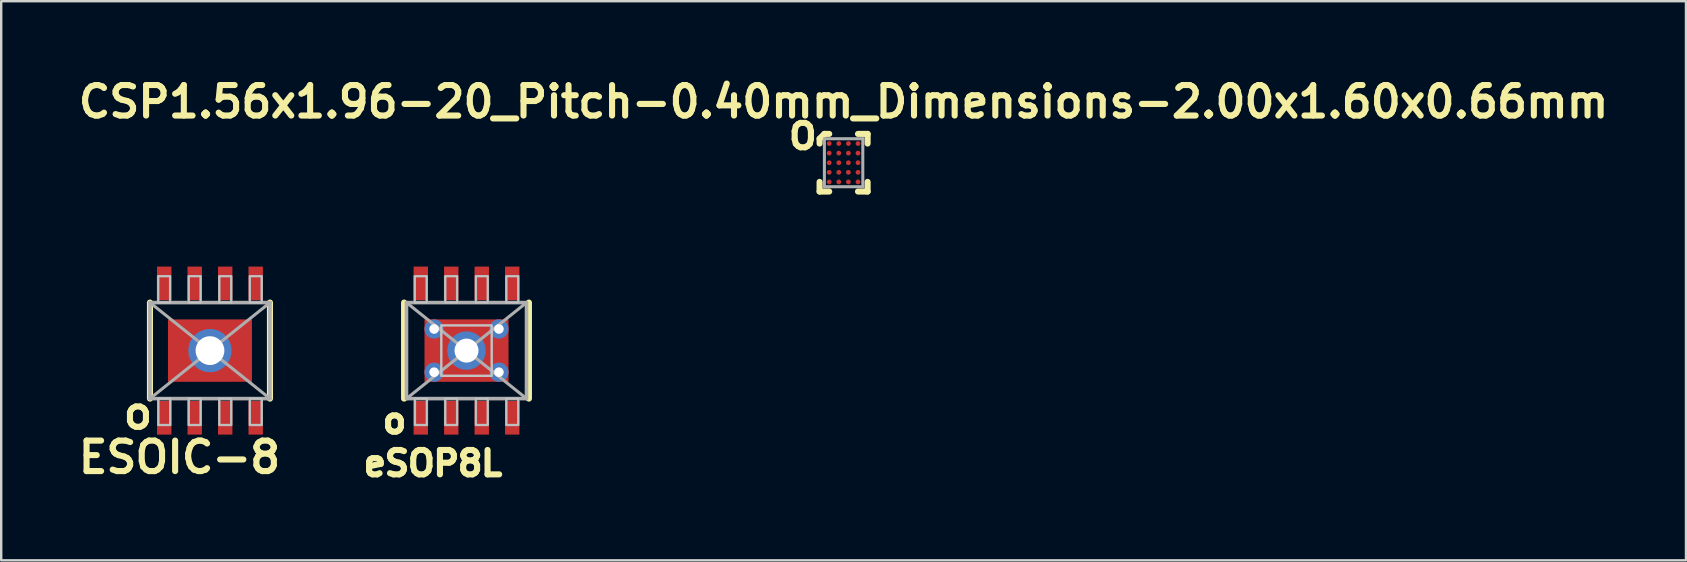
<source format=kicad_pcb>
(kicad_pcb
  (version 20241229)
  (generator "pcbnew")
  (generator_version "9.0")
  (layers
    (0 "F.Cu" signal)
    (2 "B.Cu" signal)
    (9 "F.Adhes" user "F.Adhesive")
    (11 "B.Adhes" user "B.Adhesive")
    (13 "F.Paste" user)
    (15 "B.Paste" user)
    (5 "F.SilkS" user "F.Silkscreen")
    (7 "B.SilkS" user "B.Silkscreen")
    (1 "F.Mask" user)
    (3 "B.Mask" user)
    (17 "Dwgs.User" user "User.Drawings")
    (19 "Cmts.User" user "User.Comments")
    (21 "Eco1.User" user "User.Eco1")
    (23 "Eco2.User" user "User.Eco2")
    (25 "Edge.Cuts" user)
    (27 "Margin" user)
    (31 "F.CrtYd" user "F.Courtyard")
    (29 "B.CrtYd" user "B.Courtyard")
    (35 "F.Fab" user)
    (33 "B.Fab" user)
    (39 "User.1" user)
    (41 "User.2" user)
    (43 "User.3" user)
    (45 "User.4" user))
  (footprint "eSOP8L"
    (layer "F.Cu")
    (at 16.385 11.556)
    (property "Reference" "eSOP8L" (at -1.397 4.699 0) (layer "F.SilkS") (effects (font (size 1.016 1.016) (thickness 0.254))))
    (attr smd)
    (fp_line (start -2.6 -2) (end -2.6 2) (stroke (width 0.254) (type solid)) (layer "F.SilkS"))
    (fp_line (start 2.6 -2) (end 2.6 2) (stroke (width 0.254) (type solid)) (layer "F.SilkS"))
    (fp_line (start -2.149 -3.099) (end -1.659 -3.099) (stroke (width 0.066) (type solid)) (layer "Dwgs.User"))
    (fp_line (start -2.149 -1.999) (end -2.149 -3.099) (stroke (width 0.066) (type solid)) (layer "Dwgs.User"))
    (fp_line (start -2.149 -1.999) (end -1.659 -1.999) (stroke (width 0.066) (type solid)) (layer "Dwgs.User"))
    (fp_line (start -2.149 1.999) (end -1.659 1.999) (stroke (width 0.066) (type solid)) (layer "Dwgs.User"))
    (fp_line (start -2.149 3.099) (end -2.149 1.999) (stroke (width 0.066) (type solid)) (layer "Dwgs.User"))
    (fp_line (start -2.149 3.099) (end -1.659 3.099) (stroke (width 0.066) (type solid)) (layer "Dwgs.User"))
    (fp_line (start -1.659 -1.999) (end -1.659 -3.099) (stroke (width 0.066) (type solid)) (layer "Dwgs.User"))
    (fp_line (start -1.659 3.099) (end -1.659 1.999) (stroke (width 0.066) (type solid)) (layer "Dwgs.User"))
    (fp_line (start -0.879 -3.099) (end -0.389 -3.099) (stroke (width 0.066) (type solid)) (layer "Dwgs.User"))
    (fp_line (start -0.879 -1.999) (end -0.879 -3.099) (stroke (width 0.066) (type solid)) (layer "Dwgs.User"))
    (fp_line (start -0.879 -1.999) (end -0.389 -1.999) (stroke (width 0.066) (type solid)) (layer "Dwgs.User"))
    (fp_line (start -0.879 1.999) (end -0.389 1.999) (stroke (width 0.066) (type solid)) (layer "Dwgs.User"))
    (fp_line (start -0.879 3.099) (end -0.879 1.999) (stroke (width 0.066) (type solid)) (layer "Dwgs.User"))
    (fp_line (start -0.879 3.099) (end -0.389 3.099) (stroke (width 0.066) (type solid)) (layer "Dwgs.User"))
    (fp_line (start -0.389 -1.999) (end -0.389 -3.099) (stroke (width 0.066) (type solid)) (layer "Dwgs.User"))
    (fp_line (start -0.389 3.099) (end -0.389 1.999) (stroke (width 0.066) (type solid)) (layer "Dwgs.User"))
    (fp_line (start 0.389 -3.099) (end 0.879 -3.099) (stroke (width 0.066) (type solid)) (layer "Dwgs.User"))
    (fp_line (start 0.389 -1.999) (end 0.389 -3.099) (stroke (width 0.066) (type solid)) (layer "Dwgs.User"))
    (fp_line (start 0.389 -1.999) (end 0.879 -1.999) (stroke (width 0.066) (type solid)) (layer "Dwgs.User"))
    (fp_line (start 0.389 1.999) (end 0.879 1.999) (stroke (width 0.066) (type solid)) (layer "Dwgs.User"))
    (fp_line (start 0.389 3.099) (end 0.389 1.999) (stroke (width 0.066) (type solid)) (layer "Dwgs.User"))
    (fp_line (start 0.389 3.099) (end 0.879 3.099) (stroke (width 0.066) (type solid)) (layer "Dwgs.User"))
    (fp_line (start 0.879 -1.999) (end 0.879 -3.099) (stroke (width 0.066) (type solid)) (layer "Dwgs.User"))
    (fp_line (start 0.879 3.099) (end 0.879 1.999) (stroke (width 0.066) (type solid)) (layer "Dwgs.User"))
    (fp_line (start 1.659 -3.099) (end 2.149 -3.099) (stroke (width 0.066) (type solid)) (layer "Dwgs.User"))
    (fp_line (start 1.659 -1.999) (end 1.659 -3.099) (stroke (width 0.066) (type solid)) (layer "Dwgs.User"))
    (fp_line (start 1.659 -1.999) (end 2.149 -1.999) (stroke (width 0.066) (type solid)) (layer "Dwgs.User"))
    (fp_line (start 1.659 1.999) (end 2.149 1.999) (stroke (width 0.066) (type solid)) (layer "Dwgs.User"))
    (fp_line (start 1.659 3.099) (end 1.659 1.999) (stroke (width 0.066) (type solid)) (layer "Dwgs.User"))
    (fp_line (start 1.659 3.099) (end 2.149 3.099) (stroke (width 0.066) (type solid)) (layer "Dwgs.User"))
    (fp_line (start 2.149 -1.999) (end 2.149 -3.099) (stroke (width 0.066) (type solid)) (layer "Dwgs.User"))
    (fp_line (start 2.149 3.099) (end 2.149 1.999) (stroke (width 0.066) (type solid)) (layer "Dwgs.User"))
    (fp_rect (start -1.05 1.05) (end 1.05 -1.05) (stroke (width 0.1) (type default)) (fill no) (layer "Dwgs.User"))
    (fp_line (start -2.5 -2) (end 2.5 -2) (stroke (width 0.15) (type solid)) (layer "F.Fab"))
    (fp_line (start -2.5 -2) (end 2.5 2) (stroke (width 0.127) (type solid)) (layer "F.Fab"))
    (fp_line (start -2.5 2) (end -2.5 -2) (stroke (width 0.15) (type solid)) (layer "F.Fab"))
    (fp_line (start -2.5 2) (end 2.5 -2) (stroke (width 0.127) (type solid)) (layer "F.Fab"))
    (fp_line (start 2.5 -2) (end 2.5 2) (stroke (width 0.15) (type solid)) (layer "F.Fab"))
    (fp_line (start 2.5 2) (end -2.5 2) (stroke (width 0.15) (type solid)) (layer "F.Fab"))
    (fp_poly (pts (xy -1.66 -2) (xy -2.16 -2) (xy -2.16 -3.1) (xy -1.66 -3.1)) (stroke (width 0.1) (type solid)) (fill no) (layer "F.Fab"))
    (fp_poly (pts (xy -1.65 3.1) (xy -2.15 3.1) (xy -2.15 2) (xy -1.65 2)) (stroke (width 0.1) (type solid)) (fill no) (layer "F.Fab"))
    (fp_poly (pts (xy -0.39 -2) (xy -0.89 -2) (xy -0.89 -3.1) (xy -0.39 -3.1)) (stroke (width 0.1) (type solid)) (fill no) (layer "F.Fab"))
    (fp_poly (pts (xy -0.39 3.1) (xy -0.89 3.1) (xy -0.89 2) (xy -0.39 2)) (stroke (width 0.1) (type solid)) (fill no) (layer "F.Fab"))
    (fp_poly (pts (xy 0.89 -2) (xy 0.39 -2) (xy 0.39 -3.1) (xy 0.89 -3.1)) (stroke (width 0.1) (type solid)) (fill no) (layer "F.Fab"))
    (fp_poly (pts (xy 0.89 3.1) (xy 0.39 3.1) (xy 0.39 2) (xy 0.89 2)) (stroke (width 0.1) (type solid)) (fill no) (layer "F.Fab"))
    (fp_poly (pts (xy 2.16 -2) (xy 1.66 -2) (xy 1.66 -3.1) (xy 2.16 -3.1)) (stroke (width 0.1) (type solid)) (fill no) (layer "F.Fab"))
    (fp_poly (pts (xy 2.16 3.1) (xy 1.66 3.1) (xy 1.66 2) (xy 2.16 2)) (stroke (width 0.1) (type solid)) (fill no) (layer "F.Fab"))
    (fp_text user "o" (at -3 2.921 0) (layer "F.SilkS") (effects (font (size 1.016 1.016) (thickness 0.254))))
    (pad "" smd rect (at -1.275 0 180) (size 0.95 1.4) (layers "F.Paste"))
    (pad "" smd rect (at 0 -0.9 90) (size 0.8 1) (layers "F.Paste"))
    (pad "" smd rect (at 0 0.9 90) (size 0.8 1) (layers "F.Paste"))
    (pad "" smd rect (at 1.275 0 180) (size 0.95 1.4) (layers "F.Paste"))
    (pad "1" smd rect (at -1.905 2.8) (size 0.6 1.4) (layers "F.Cu" "F.Mask" "F.Paste"))
    (pad "2" smd rect (at -0.635 2.8) (size 0.6 1.4) (layers "F.Cu" "F.Mask" "F.Paste"))
    (pad "3" smd rect (at 0.635 2.8) (size 0.6 1.4) (layers "F.Cu" "F.Mask" "F.Paste"))
    (pad "4" smd rect (at 1.905 2.8) (size 0.6 1.4) (layers "F.Cu" "F.Mask" "F.Paste"))
    (pad "5" smd rect (at 1.905 -2.8) (size 0.6 1.4) (layers "F.Cu" "F.Mask" "F.Paste"))
    (pad "6" smd rect (at 0.635 -2.8) (size 0.6 1.4) (layers "F.Cu" "F.Mask" "F.Paste"))
    (pad "7" smd rect (at -0.635 -2.8) (size 0.6 1.4) (layers "F.Cu" "F.Mask" "F.Paste"))
    (pad "8" smd rect (at -1.905 -2.8) (size 0.6 1.4) (layers "F.Cu" "F.Mask" "F.Paste"))
    (pad "9" thru_hole circle (at -1.35 -0.9) (size 0.8 0.8) (drill 0.4) (layers "*.Cu" "*.Mask"))
    (pad "9" thru_hole circle (at -1.35 0.9) (size 0.8 0.8) (drill 0.4) (layers "*.Cu" "*.Mask"))
    (pad "9" thru_hole circle (at 0 0) (size 1.6 1.6) (drill 1) (layers "*.Cu" "*.Mask"))
    (pad "9" smd rect (at 0 0 90) (size 2.6 3.5) (layers "F.Cu" "F.Mask"))
    (pad "9" thru_hole circle (at 1.35 -0.9) (size 0.8 0.8) (drill 0.4) (layers "*.Cu" "*.Mask"))
    (pad "9" thru_hole circle (at 1.35 0.9) (size 0.8 0.8) (drill 0.4) (layers "*.Cu" "*.Mask")))
  (footprint "CSP1.56x1.96-20_Pitch-0.40mm_Dimensions-2.00x1.60x0.66mm"
    (layer "F.Cu")
    (at 32.095 3.729)
    (property "Reference" "CSP1.56x1.96-20_Pitch-0.40mm_Dimensions-2.00x1.60x0.66mm" (at 0 -2.54 0) (layer "F.SilkS") (effects (font (size 1.27 1.27) (thickness 0.254))))
    (attr smd)
    (fp_line (start -1 -0.8) (end -1 -1) (stroke (width 0.254) (type solid)) (layer "F.SilkS"))
    (fp_line (start -1 0.8) (end -1 1.2) (stroke (width 0.254) (type solid)) (layer "F.SilkS"))
    (fp_line (start -1 1.2) (end -0.6 1.2) (stroke (width 0.254) (type solid)) (layer "F.SilkS"))
    (fp_line (start -0.8 -1.2) (end -1 -1) (stroke (width 0.254) (type solid)) (layer "F.SilkS"))
    (fp_line (start -0.8 -1.2) (end -0.6 -1.2) (stroke (width 0.254) (type solid)) (layer "F.SilkS"))
    (fp_line (start 0.6 -1.2) (end 1 -1.2) (stroke (width 0.254) (type solid)) (layer "F.SilkS"))
    (fp_line (start 0.6 1.2) (end 1 1.2) (stroke (width 0.254) (type solid)) (layer "F.SilkS"))
    (fp_line (start 1 -1.2) (end 1 -0.8) (stroke (width 0.254) (type solid)) (layer "F.SilkS"))
    (fp_line (start 1 1.2) (end 1 0.8) (stroke (width 0.254) (type solid)) (layer "F.SilkS"))
    (fp_line (start -0.8 -1) (end 0.8 -1) (stroke (width 0.127) (type solid)) (layer "F.Fab"))
    (fp_line (start -0.8 1) (end -0.8 -1) (stroke (width 0.127) (type solid)) (layer "F.Fab"))
    (fp_line (start 0.8 -1) (end 0.8 1) (stroke (width 0.127) (type solid)) (layer "F.Fab"))
    (fp_line (start 0.8 1) (end -0.8 1) (stroke (width 0.127) (type solid)) (layer "F.Fab"))
    (fp_text user "O" (at -1.7 -1.1 0) (layer "F.SilkS") (effects (font (size 1.016 1.016) (thickness 0.254))))
    (pad "A1" smd circle (at -0.6 -0.8) (size 0.2 0.2) (layers "F.Cu" "F.Mask" "F.Paste"))
    (pad "A2" smd circle (at -0.2 -0.8) (size 0.2 0.2) (layers "F.Cu" "F.Mask" "F.Paste"))
    (pad "A3" smd circle (at 0.2 -0.8) (size 0.2 0.2) (layers "F.Cu" "F.Mask" "F.Paste"))
    (pad "A4" smd circle (at 0.6 -0.8) (size 0.2 0.2) (layers "F.Cu" "F.Mask" "F.Paste"))
    (pad "B1" smd circle (at -0.6 -0.4) (size 0.2 0.2) (layers "F.Cu" "F.Mask" "F.Paste"))
    (pad "B2" smd circle (at -0.2 -0.4) (size 0.2 0.2) (layers "F.Cu" "F.Mask" "F.Paste"))
    (pad "B3" smd circle (at 0.2 -0.4) (size 0.2 0.2) (layers "F.Cu" "F.Mask" "F.Paste"))
    (pad "B4" smd circle (at 0.6 -0.4) (size 0.2 0.2) (layers "F.Cu" "F.Mask" "F.Paste"))
    (pad "C1" smd circle (at -0.6 0) (size 0.2 0.2) (layers "F.Cu" "F.Mask" "F.Paste"))
    (pad "C2" smd circle (at -0.2 0) (size 0.2 0.2) (layers "F.Cu" "F.Mask" "F.Paste"))
    (pad "C3" smd circle (at 0.2 0) (size 0.2 0.2) (layers "F.Cu" "F.Mask" "F.Paste"))
    (pad "C4" smd circle (at 0.6 0) (size 0.2 0.2) (layers "F.Cu" "F.Mask" "F.Paste"))
    (pad "D1" smd circle (at -0.6 0.4) (size 0.2 0.2) (layers "F.Cu" "F.Mask" "F.Paste"))
    (pad "D2" smd circle (at -0.2 0.4) (size 0.2 0.2) (layers "F.Cu" "F.Mask" "F.Paste"))
    (pad "D3" smd circle (at 0.2 0.4) (size 0.2 0.2) (layers "F.Cu" "F.Mask" "F.Paste"))
    (pad "D4" smd circle (at 0.6 0.4) (size 0.2 0.2) (layers "F.Cu" "F.Mask" "F.Paste"))
    (pad "E1" smd circle (at -0.6 0.8) (size 0.2 0.2) (layers "F.Cu" "F.Mask" "F.Paste"))
    (pad "E2" smd circle (at -0.2 0.8) (size 0.2 0.2) (layers "F.Cu" "F.Mask" "F.Paste"))
    (pad "E3" smd circle (at 0.2 0.8) (size 0.2 0.2) (layers "F.Cu" "F.Mask" "F.Paste"))
    (pad "E4" smd circle (at 0.6 0.8) (size 0.2 0.2) (layers "F.Cu" "F.Mask" "F.Paste")))
  (footprint "ESOIC-8"
    (layer "F.Cu")
    (at 5.697 11.556)
    (property "Reference" "ESOIC-8" (at -1.27 4.445 0) (layer "F.SilkS") (effects (font (size 1.27 1.27) (thickness 0.254))))
    (attr smd)
    (fp_line (start -2.5 -2) (end -2.5 2) (stroke (width 0.254) (type solid)) (layer "F.SilkS"))
    (fp_line (start 2.5 -2) (end 2.5 2) (stroke (width 0.254) (type solid)) (layer "F.SilkS"))
    (fp_line (start -2.149 -3.099) (end -1.659 -3.099) (stroke (width 0.066) (type solid)) (layer "Dwgs.User"))
    (fp_line (start -2.149 -1.999) (end -2.149 -3.099) (stroke (width 0.066) (type solid)) (layer "Dwgs.User"))
    (fp_line (start -2.149 -1.999) (end -1.659 -1.999) (stroke (width 0.066) (type solid)) (layer "Dwgs.User"))
    (fp_line (start -2.149 1.999) (end -1.659 1.999) (stroke (width 0.066) (type solid)) (layer "Dwgs.User"))
    (fp_line (start -2.149 3.099) (end -2.149 1.999) (stroke (width 0.066) (type solid)) (layer "Dwgs.User"))
    (fp_line (start -2.149 3.099) (end -1.659 3.099) (stroke (width 0.066) (type solid)) (layer "Dwgs.User"))
    (fp_line (start -1.659 -1.999) (end -1.659 -3.099) (stroke (width 0.066) (type solid)) (layer "Dwgs.User"))
    (fp_line (start -1.659 3.099) (end -1.659 1.999) (stroke (width 0.066) (type solid)) (layer "Dwgs.User"))
    (fp_line (start -0.879 -3.099) (end -0.389 -3.099) (stroke (width 0.066) (type solid)) (layer "Dwgs.User"))
    (fp_line (start -0.879 -1.999) (end -0.879 -3.099) (stroke (width 0.066) (type solid)) (layer "Dwgs.User"))
    (fp_line (start -0.879 -1.999) (end -0.389 -1.999) (stroke (width 0.066) (type solid)) (layer "Dwgs.User"))
    (fp_line (start -0.879 1.999) (end -0.389 1.999) (stroke (width 0.066) (type solid)) (layer "Dwgs.User"))
    (fp_line (start -0.879 3.099) (end -0.879 1.999) (stroke (width 0.066) (type solid)) (layer "Dwgs.User"))
    (fp_line (start -0.879 3.099) (end -0.389 3.099) (stroke (width 0.066) (type solid)) (layer "Dwgs.User"))
    (fp_line (start -0.389 -1.999) (end -0.389 -3.099) (stroke (width 0.066) (type solid)) (layer "Dwgs.User"))
    (fp_line (start -0.389 3.099) (end -0.389 1.999) (stroke (width 0.066) (type solid)) (layer "Dwgs.User"))
    (fp_line (start 0.389 -3.099) (end 0.879 -3.099) (stroke (width 0.066) (type solid)) (layer "Dwgs.User"))
    (fp_line (start 0.389 -1.999) (end 0.389 -3.099) (stroke (width 0.066) (type solid)) (layer "Dwgs.User"))
    (fp_line (start 0.389 -1.999) (end 0.879 -1.999) (stroke (width 0.066) (type solid)) (layer "Dwgs.User"))
    (fp_line (start 0.389 1.999) (end 0.879 1.999) (stroke (width 0.066) (type solid)) (layer "Dwgs.User"))
    (fp_line (start 0.389 3.099) (end 0.389 1.999) (stroke (width 0.066) (type solid)) (layer "Dwgs.User"))
    (fp_line (start 0.389 3.099) (end 0.879 3.099) (stroke (width 0.066) (type solid)) (layer "Dwgs.User"))
    (fp_line (start 0.879 -1.999) (end 0.879 -3.099) (stroke (width 0.066) (type solid)) (layer "Dwgs.User"))
    (fp_line (start 0.879 3.099) (end 0.879 1.999) (stroke (width 0.066) (type solid)) (layer "Dwgs.User"))
    (fp_line (start 1.659 -3.099) (end 2.149 -3.099) (stroke (width 0.066) (type solid)) (layer "Dwgs.User"))
    (fp_line (start 1.659 -1.999) (end 1.659 -3.099) (stroke (width 0.066) (type solid)) (layer "Dwgs.User"))
    (fp_line (start 1.659 -1.999) (end 2.149 -1.999) (stroke (width 0.066) (type solid)) (layer "Dwgs.User"))
    (fp_line (start 1.659 1.999) (end 2.149 1.999) (stroke (width 0.066) (type solid)) (layer "Dwgs.User"))
    (fp_line (start 1.659 3.099) (end 1.659 1.999) (stroke (width 0.066) (type solid)) (layer "Dwgs.User"))
    (fp_line (start 1.659 3.099) (end 2.149 3.099) (stroke (width 0.066) (type solid)) (layer "Dwgs.User"))
    (fp_line (start 2.149 -1.999) (end 2.149 -3.099) (stroke (width 0.066) (type solid)) (layer "Dwgs.User"))
    (fp_line (start 2.149 3.099) (end 2.149 1.999) (stroke (width 0.066) (type solid)) (layer "Dwgs.User"))
    (fp_line (start -2.5 -2) (end 2.5 -2) (stroke (width 0.15) (type solid)) (layer "F.Fab"))
    (fp_line (start -2.5 -2) (end 2.5 2) (stroke (width 0.127) (type solid)) (layer "F.Fab"))
    (fp_line (start -2.5 2) (end -2.5 -2) (stroke (width 0.15) (type solid)) (layer "F.Fab"))
    (fp_line (start -2.5 2) (end 2.5 -2) (stroke (width 0.127) (type solid)) (layer "F.Fab"))
    (fp_line (start 2.5 -2) (end 2.5 2) (stroke (width 0.15) (type solid)) (layer "F.Fab"))
    (fp_line (start 2.5 2) (end -2.5 2) (stroke (width 0.15) (type solid)) (layer "F.Fab"))
    (fp_poly (pts (xy -1.66 -2) (xy -2.16 -2) (xy -2.16 -3.1) (xy -1.66 -3.1)) (stroke (width 0.1) (type solid)) (fill no) (layer "F.Fab"))
    (fp_poly (pts (xy -1.65 3.1) (xy -2.15 3.1) (xy -2.15 2) (xy -1.65 2)) (stroke (width 0.1) (type solid)) (fill no) (layer "F.Fab"))
    (fp_poly (pts (xy -0.39 -2) (xy -0.89 -2) (xy -0.89 -3.1) (xy -0.39 -3.1)) (stroke (width 0.1) (type solid)) (fill no) (layer "F.Fab"))
    (fp_poly (pts (xy -0.39 3.1) (xy -0.89 3.1) (xy -0.89 2) (xy -0.39 2)) (stroke (width 0.1) (type solid)) (fill no) (layer "F.Fab"))
    (fp_poly (pts (xy 0.89 -2) (xy 0.39 -2) (xy 0.39 -3.1) (xy 0.89 -3.1)) (stroke (width 0.1) (type solid)) (fill no) (layer "F.Fab"))
    (fp_poly (pts (xy 0.89 3.1) (xy 0.39 3.1) (xy 0.39 2) (xy 0.89 2)) (stroke (width 0.1) (type solid)) (fill no) (layer "F.Fab"))
    (fp_poly (pts (xy 2.16 -2) (xy 1.66 -2) (xy 1.66 -3.1) (xy 2.16 -3.1)) (stroke (width 0.1) (type solid)) (fill no) (layer "F.Fab"))
    (fp_poly (pts (xy 2.16 3.1) (xy 1.66 3.1) (xy 1.66 2) (xy 2.16 2)) (stroke (width 0.1) (type solid)) (fill no) (layer "F.Fab"))
    (fp_text user "o" (at -3 2.6 0) (layer "F.SilkS") (effects (font (size 1.27 1.27) (thickness 0.254))))
    (pad "1" smd rect (at -1.905 2.8) (size 0.6 1.4) (layers "F.Cu" "F.Mask" "F.Paste"))
    (pad "2" smd rect (at -0.635 2.8) (size 0.6 1.4) (layers "F.Cu" "F.Mask" "F.Paste"))
    (pad "3" smd rect (at 0.635 2.8) (size 0.6 1.4) (layers "F.Cu" "F.Mask" "F.Paste"))
    (pad "4" smd rect (at 1.905 2.8) (size 0.6 1.4) (layers "F.Cu" "F.Mask" "F.Paste"))
    (pad "5" smd rect (at 1.905 -2.8) (size 0.6 1.4) (layers "F.Cu" "F.Mask" "F.Paste"))
    (pad "6" smd rect (at 0.635 -2.8) (size 0.6 1.4) (layers "F.Cu" "F.Mask" "F.Paste"))
    (pad "7" smd rect (at -0.635 -2.8) (size 0.6 1.4) (layers "F.Cu" "F.Mask" "F.Paste"))
    (pad "8" smd rect (at -1.905 -2.8) (size 0.6 1.4) (layers "F.Cu" "F.Mask" "F.Paste"))
    (pad "9" thru_hole circle (at 0 0) (size 1.8 1.8) (drill 1.2) (layers "*.Cu" "*.Mask"))
    (pad "9" smd rect (at 0 0 90) (size 2.6 3.5) (layers "F.Cu" "F.Mask" "F.Paste")))
  (gr_rect
    (start -3 -3)
    (end 67.189 20.295)
    (stroke (width 0.1) (type default))
    (fill no)
    (layer "Edge.Cuts")))
</source>
